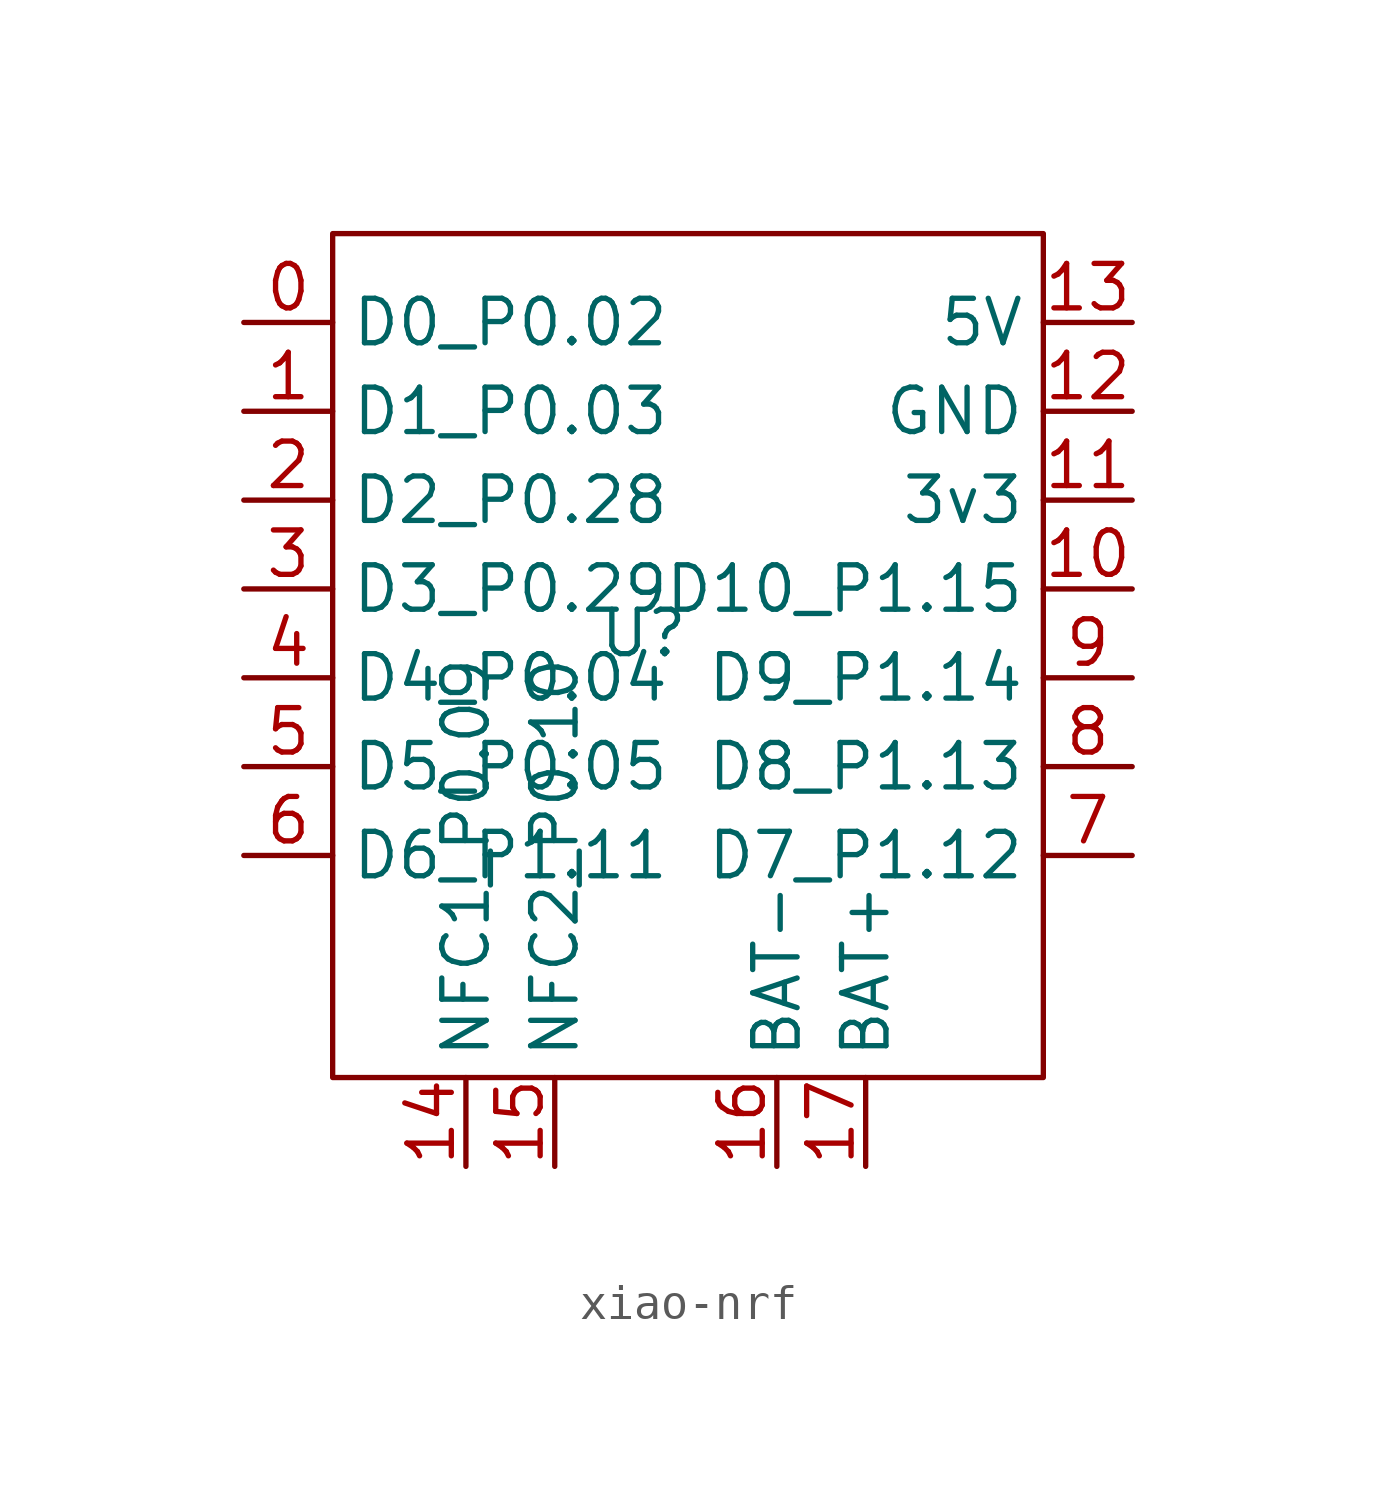
<source format=kicad_sym>
(kicad_symbol_lib
  (version 20241209)
  (generator "kicad_symbol_editor")
  (generator_version "9.0")
  (symbol "xiao-nrf"
    (property "Reference" "U"
      (at -1.27 0 0)
      (effects (font (size 1.27 1.27))))
    (property "Value" ""
      (at 0 0 0)
      (effects (font (size 1.27 1.27))))
    (symbol "xiao-nrf_0_1"
      (rectangle (start -10.16 11.43) (end 10.16 -12.7) (stroke (width 0) (type default)) (fill (type none))))
    (symbol "xiao-nrf_1_1"
      (pin bidirectional line (at -12.7 8.89 0) (length 2.54) (name "D0_P0.02" (effects (font (size 1.27 1.27)))) (number "0" (effects (font (size 1.27 1.27)))))
      (pin bidirectional line (at -12.7 6.35 0) (length 2.54) (name "D1_P0.03" (effects (font (size 1.27 1.27)))) (number "1" (effects (font (size 1.27 1.27)))))
      (pin bidirectional line (at -12.7 3.81 0) (length 2.54) (name "D2_P0.28" (effects (font (size 1.27 1.27)))) (number "2" (effects (font (size 1.27 1.27)))))
      (pin bidirectional line (at -12.7 1.27 0) (length 2.54) (name "D3_P0.29" (effects (font (size 1.27 1.27)))) (number "3" (effects (font (size 1.27 1.27)))))
      (pin bidirectional line (at -12.7 -1.27 0) (length 2.54) (name "D4_P0.04" (effects (font (size 1.27 1.27)))) (number "4" (effects (font (size 1.27 1.27)))))
      (pin bidirectional line (at -12.7 -3.81 0) (length 2.54) (name "D5_P0.05" (effects (font (size 1.27 1.27)))) (number "5" (effects (font (size 1.27 1.27)))))
      (pin bidirectional line (at -12.7 -6.35 0) (length 2.54) (name "D6_P1.11" (effects (font (size 1.27 1.27)))) (number "6" (effects (font (size 1.27 1.27)))))
      (pin input line (at -6.35 -15.24 90) (length 2.54) (name "NFC1_P0.09" (effects (font (size 1.27 1.27)))) (number "14" (effects (font (size 1.27 1.27)))))
      (pin input line (at -3.81 -15.24 90) (length 2.54) (name "NFC2_P0.10" (effects (font (size 1.27 1.27)))) (number "15" (effects (font (size 1.27 1.27)))))
      (pin power_in line (at 2.54 -15.24 90) (length 2.54) (name "BAT-" (effects (font (size 1.27 1.27)))) (number "16" (effects (font (size 1.27 1.27)))))
      (pin power_in line (at 5.08 -15.24 90) (length 2.54) (name "BAT+" (effects (font (size 1.27 1.27)))) (number "17" (effects (font (size 1.27 1.27)))))
      (pin power_in line (at 12.7 8.89 180) (length 2.54) (name "5V" (effects (font (size 1.27 1.27)))) (number "13" (effects (font (size 1.27 1.27)))))
      (pin power_in line (at 12.7 6.35 180) (length 2.54) (name "GND" (effects (font (size 1.27 1.27)))) (number "12" (effects (font (size 1.27 1.27)))))
      (pin power_out line (at 12.7 3.81 180) (length 2.54) (name "3v3" (effects (font (size 1.27 1.27)))) (number "11" (effects (font (size 1.27 1.27)))))
      (pin bidirectional line (at 12.7 1.27 180) (length 2.54) (name "D10_P1.15" (effects (font (size 1.27 1.27)))) (number "10" (effects (font (size 1.27 1.27)))))
      (pin bidirectional line (at 12.7 -1.27 180) (length 2.54) (name "D9_P1.14" (effects (font (size 1.27 1.27)))) (number "9" (effects (font (size 1.27 1.27)))))
      (pin bidirectional line (at 12.7 -3.81 180) (length 2.54) (name "D8_P1.13" (effects (font (size 1.27 1.27)))) (number "8" (effects (font (size 1.27 1.27)))))
      (pin bidirectional line (at 12.7 -6.35 180) (length 2.54) (name "D7_P1.12" (effects (font (size 1.27 1.27)))) (number "7" (effects (font (size 1.27 1.27))))))))
</source>
